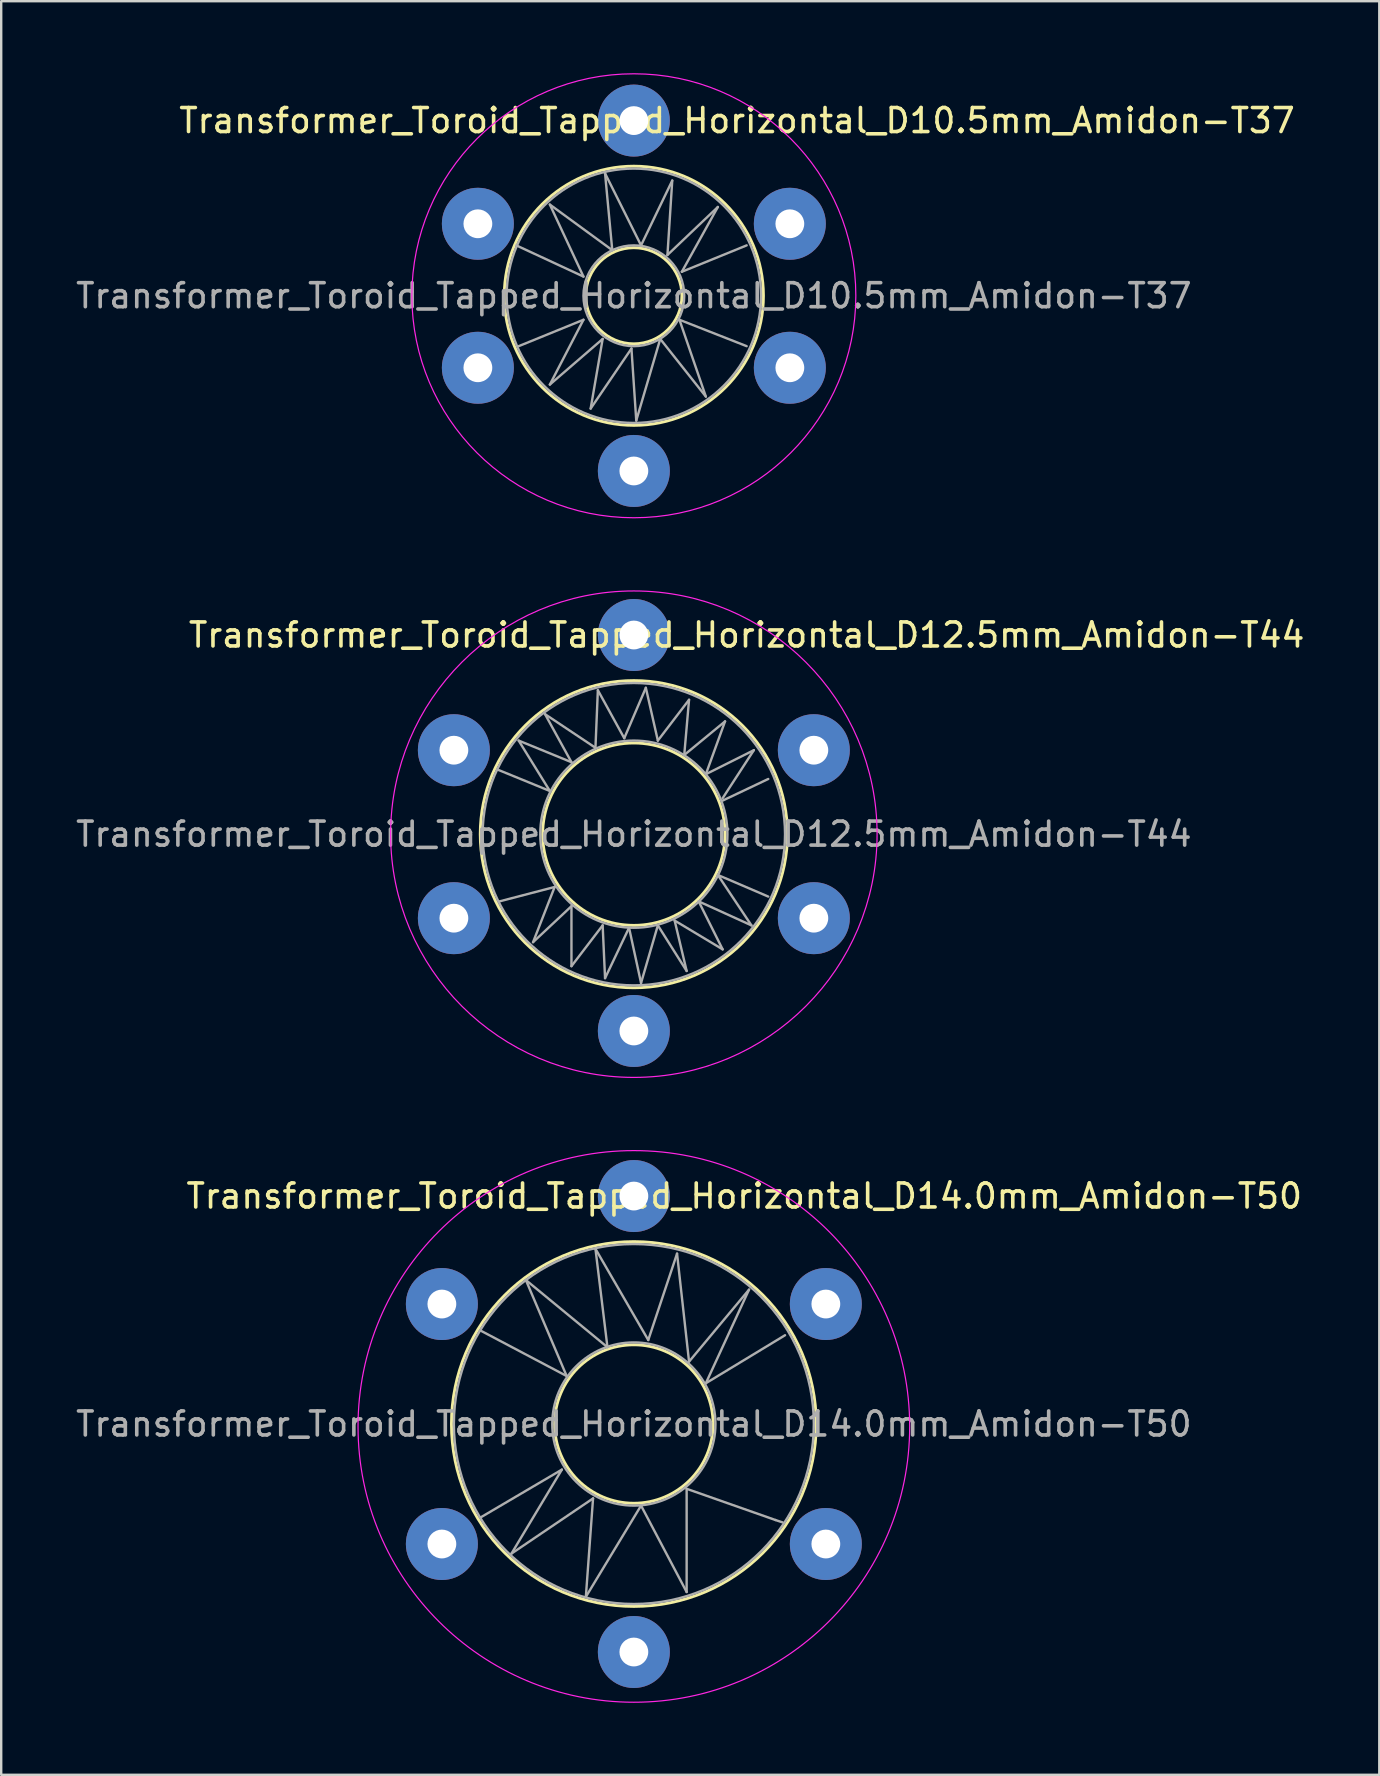
<source format=kicad_pcb>
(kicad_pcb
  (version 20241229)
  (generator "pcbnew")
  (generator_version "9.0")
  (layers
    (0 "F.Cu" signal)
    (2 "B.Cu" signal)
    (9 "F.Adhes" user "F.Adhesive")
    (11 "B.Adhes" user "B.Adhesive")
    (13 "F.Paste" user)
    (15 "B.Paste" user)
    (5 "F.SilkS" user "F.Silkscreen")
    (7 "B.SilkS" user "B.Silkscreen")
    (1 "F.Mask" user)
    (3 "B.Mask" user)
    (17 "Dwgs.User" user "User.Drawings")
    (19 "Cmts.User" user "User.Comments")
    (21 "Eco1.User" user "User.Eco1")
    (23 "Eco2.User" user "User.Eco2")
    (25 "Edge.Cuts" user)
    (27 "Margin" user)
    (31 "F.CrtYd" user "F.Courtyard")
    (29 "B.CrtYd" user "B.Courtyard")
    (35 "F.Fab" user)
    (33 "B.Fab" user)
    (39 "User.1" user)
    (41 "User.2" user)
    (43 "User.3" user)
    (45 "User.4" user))
  (footprint "Transformer_Toroid_Tapped_Horizontal_D10.5mm_Amidon-T37"
    (layer "F.Cu")
    (at 16.863 12.275)
    (property "Reference" "Transformer_Toroid_Tapped_Horizontal_D10.5mm_Amidon-T37" (at 10.8 -10.3 0) (layer "F.SilkS") (effects (font (size 1 1) (thickness 0.15))))
    (attr through_hole)
    (fp_circle (center 6.5 -3) (end 8.5 -3.1) (stroke (width 0.12) (type solid)) (fill no) (layer "F.SilkS"))
    (fp_circle (center 6.5 -3) (end 11.9 -3) (stroke (width 0.12) (type solid)) (fill no) (layer "F.SilkS"))
    (fp_circle (center 6.5 -3) (end 6.5 -12.25) (stroke (width 0.05) (type solid)) (fill no) (layer "F.CrtYd"))
    (fp_line (start 1.6 -5.1) (end 4.4 -3.8) (stroke (width 0.1) (type solid)) (layer "F.Fab"))
    (fp_line (start 1.7 -0.9) (end 4.4 -2) (stroke (width 0.1) (type solid)) (layer "F.Fab"))
    (fp_line (start 3 -6.8) (end 5.6 -4.9) (stroke (width 0.1) (type solid)) (layer "F.Fab"))
    (fp_line (start 3 0.7) (end 5.2 -1.2) (stroke (width 0.1) (type solid)) (layer "F.Fab"))
    (fp_line (start 4.4 -3.8) (end 3 -6.8) (stroke (width 0.1) (type solid)) (layer "F.Fab"))
    (fp_line (start 4.4 -2) (end 3 0.7) (stroke (width 0.1) (type solid)) (layer "F.Fab"))
    (fp_line (start 4.7 1.7) (end 6.4 -0.8) (stroke (width 0.1) (type solid)) (layer "F.Fab"))
    (fp_line (start 5.2 -1.2) (end 4.7 1.7) (stroke (width 0.1) (type solid)) (layer "F.Fab"))
    (fp_line (start 5.3 -8.1) (end 6.8 -5.1) (stroke (width 0.1) (type solid)) (layer "F.Fab"))
    (fp_line (start 5.6 -4.9) (end 5.3 -8.1) (stroke (width 0.1) (type solid)) (layer "F.Fab"))
    (fp_line (start 6.4 -0.8) (end 6.6 2.2) (stroke (width 0.1) (type solid)) (layer "F.Fab"))
    (fp_line (start 6.6 2.2) (end 7.6 -1.2) (stroke (width 0.1) (type solid)) (layer "F.Fab"))
    (fp_line (start 6.8 -5.1) (end 8.1 -7.8) (stroke (width 0.1) (type solid)) (layer "F.Fab"))
    (fp_line (start 7.6 -1.2) (end 9.5 1.2) (stroke (width 0.1) (type solid)) (layer "F.Fab"))
    (fp_line (start 7.9 -4.7) (end 10 -6.7) (stroke (width 0.1) (type solid)) (layer "F.Fab"))
    (fp_line (start 8.1 -7.8) (end 7.9 -4.7) (stroke (width 0.1) (type solid)) (layer "F.Fab"))
    (fp_line (start 8.4 -2) (end 11.2 -0.9) (stroke (width 0.1) (type solid)) (layer "F.Fab"))
    (fp_line (start 8.5 -4) (end 11.2 -5.1) (stroke (width 0.1) (type solid)) (layer "F.Fab"))
    (fp_line (start 9.5 1.2) (end 8.4 -2) (stroke (width 0.1) (type solid)) (layer "F.Fab"))
    (fp_line (start 10 -6.7) (end 8.5 -4) (stroke (width 0.1) (type solid)) (layer "F.Fab"))
    (fp_circle (center 6.5 -3) (end 8.6 -3) (stroke (width 0.1) (type solid)) (fill no) (layer "F.Fab"))
    (fp_circle (center 6.5 -3) (end 11.8 -3) (stroke (width 0.1) (type solid)) (fill no) (layer "F.Fab"))
    (fp_text user "${REFERENCE}" (at 6.5 -3 0) (layer "F.Fab") (effects (font (size 1 1) (thickness 0.15))))
    (pad "1" thru_hole circle (at 0 0) (size 3 3) (drill 1.2) (layers "*.Cu" "*.Mask"))
    (pad "2" thru_hole circle (at 6.5 4.3) (size 3 3) (drill 1.2) (layers "*.Cu" "*.Mask"))
    (pad "3" thru_hole circle (at 13 0) (size 3 3) (drill 1.2) (layers "*.Cu" "*.Mask"))
    (pad "4" thru_hole circle (at 0 -6) (size 3 3) (drill 1.2) (layers "*.Cu" "*.Mask"))
    (pad "5" thru_hole circle (at 6.5 -10.3) (size 3 3) (drill 1.2) (layers "*.Cu" "*.Mask"))
    (pad "6" thru_hole circle (at 13 -6) (size 3 3) (drill 1.2) (layers "*.Cu" "*.Mask")))
  (footprint "Transformer_Toroid_Tapped_Horizontal_D14.0mm_Amidon-T50"
    (layer "F.Cu")
    (at 15.363 61.29)
    (property "Reference" "Transformer_Toroid_Tapped_Horizontal_D14.0mm_Amidon-T50" (at 12.6 -14.5 0) (layer "F.SilkS") (effects (font (size 1 1) (thickness 0.15))))
    (attr through_hole)
    (fp_circle (center 8 -5) (end 11.3 -5.1) (stroke (width 0.12) (type solid)) (fill no) (layer "F.SilkS"))
    (fp_circle (center 8 -5) (end 15.6 -5.1) (stroke (width 0.12) (type solid)) (fill no) (layer "F.SilkS"))
    (fp_circle (center 8 -4.9) (end 18.3 0.2) (stroke (width 0.05) (type solid)) (fill no) (layer "F.CrtYd"))
    (fp_line (start 1.6 -8.9) (end 5.2 -7) (stroke (width 0.1) (type solid)) (layer "F.Fab"))
    (fp_line (start 1.6 -1.1) (end 5 -3.1) (stroke (width 0.1) (type solid)) (layer "F.Fab"))
    (fp_line (start 2.9 0.4) (end 6.3 -1.9) (stroke (width 0.1) (type solid)) (layer "F.Fab"))
    (fp_line (start 3.5 -11) (end 6.9 -8.2) (stroke (width 0.1) (type solid)) (layer "F.Fab"))
    (fp_line (start 5 -3.1) (end 2.9 0.4) (stroke (width 0.1) (type solid)) (layer "F.Fab"))
    (fp_line (start 5.2 -7) (end 3.5 -11) (stroke (width 0.1) (type solid)) (layer "F.Fab"))
    (fp_line (start 6 2.2) (end 8.3 -1.6) (stroke (width 0.1) (type solid)) (layer "F.Fab"))
    (fp_line (start 6.3 -1.9) (end 6 2.2) (stroke (width 0.1) (type solid)) (layer "F.Fab"))
    (fp_line (start 6.4 -12.3) (end 8.6 -8.5) (stroke (width 0.1) (type solid)) (layer "F.Fab"))
    (fp_line (start 6.9 -8.2) (end 6.4 -12.3) (stroke (width 0.1) (type solid)) (layer "F.Fab"))
    (fp_line (start 8.3 -1.6) (end 10.2 2) (stroke (width 0.1) (type solid)) (layer "F.Fab"))
    (fp_line (start 8.6 -8.5) (end 9.8 -12.1) (stroke (width 0.1) (type solid)) (layer "F.Fab"))
    (fp_line (start 9.8 -12.1) (end 10.3 -7.6) (stroke (width 0.1) (type solid)) (layer "F.Fab"))
    (fp_line (start 10.2 -2.3) (end 13.9 -1) (stroke (width 0.1) (type solid)) (layer "F.Fab"))
    (fp_line (start 10.2 2) (end 10.2 -2.3) (stroke (width 0.1) (type solid)) (layer "F.Fab"))
    (fp_line (start 10.3 -7.6) (end 12.8 -10.6) (stroke (width 0.1) (type solid)) (layer "F.Fab"))
    (fp_line (start 11 -6.7) (end 14.3 -8.7) (stroke (width 0.1) (type solid)) (layer "F.Fab"))
    (fp_line (start 12.8 -10.6) (end 11 -6.7) (stroke (width 0.1) (type solid)) (layer "F.Fab"))
    (fp_line (start 13.9 -1) (end 14.2 -0.9) (stroke (width 0.1) (type solid)) (layer "F.Fab"))
    (fp_circle (center 8 -5) (end 11.4 -5) (stroke (width 0.1) (type solid)) (fill no) (layer "F.Fab"))
    (fp_circle (center 8 -5) (end 15.5 -5) (stroke (width 0.1) (type solid)) (fill no) (layer "F.Fab"))
    (fp_text user "${REFERENCE}" (at 8 -5 0) (layer "F.Fab") (effects (font (size 1 1) (thickness 0.15))))
    (pad "1" thru_hole circle (at 0 0) (size 3 3) (drill 1.2) (layers "*.Cu" "*.Mask"))
    (pad "2" thru_hole circle (at 8 4.5) (size 3 3) (drill 1.2) (layers "*.Cu" "*.Mask"))
    (pad "3" thru_hole circle (at 16 0) (size 3 3) (drill 1.2) (layers "*.Cu" "*.Mask"))
    (pad "4" thru_hole circle (at 0 -10) (size 3 3) (drill 1.2) (layers "*.Cu" "*.Mask"))
    (pad "5" thru_hole circle (at 8 -14.5) (size 3 3) (drill 1.2) (layers "*.Cu" "*.Mask"))
    (pad "6" thru_hole circle (at 16 -10) (size 3 3) (drill 1.2) (layers "*.Cu" "*.Mask")))
  (footprint "Transformer_Toroid_Tapped_Horizontal_D12.5mm_Amidon-T44"
    (layer "F.Cu")
    (at 15.863 35.211)
    (property "Reference" "Transformer_Toroid_Tapped_Horizontal_D12.5mm_Amidon-T44" (at 12.2 -11.8 0) (layer "F.SilkS") (effects (font (size 1 1) (thickness 0.15))))
    (attr through_hole)
    (fp_circle (center 7.5 -3.5) (end 11.3 -3.5) (stroke (width 0.12) (type solid)) (fill no) (layer "F.SilkS"))
    (fp_circle (center 7.5 -3.5) (end 13.9 -3.4) (stroke (width 0.12) (type solid)) (fill no) (layer "F.SilkS"))
    (fp_circle (center 7.5 -3.5) (end 16.2 1.7) (stroke (width 0.05) (type solid)) (fill no) (layer "F.CrtYd"))
    (fp_line (start 1.8 -6.2) (end 4 -5.3) (stroke (width 0.1) (type solid)) (layer "F.Fab"))
    (fp_line (start 1.9 -0.7) (end 4.2 -1.3) (stroke (width 0.1) (type solid)) (layer "F.Fab"))
    (fp_line (start 2.7 -7.4) (end 4.9 -6.5) (stroke (width 0.1) (type solid)) (layer "F.Fab"))
    (fp_line (start 3.3 1) (end 4.9 -0.5) (stroke (width 0.1) (type solid)) (layer "F.Fab"))
    (fp_line (start 3.8 -8.5) (end 5.9 -7.1) (stroke (width 0.1) (type solid)) (layer "F.Fab"))
    (fp_line (start 4 -5.3) (end 2.7 -7.4) (stroke (width 0.1) (type solid)) (layer "F.Fab"))
    (fp_line (start 4.2 -1.3) (end 3.3 1) (stroke (width 0.1) (type solid)) (layer "F.Fab"))
    (fp_line (start 4.9 -6.5) (end 3.8 -8.5) (stroke (width 0.1) (type solid)) (layer "F.Fab"))
    (fp_line (start 4.9 -0.5) (end 4.9 2) (stroke (width 0.1) (type solid)) (layer "F.Fab"))
    (fp_line (start 4.9 2) (end 6.2 0.3) (stroke (width 0.1) (type solid)) (layer "F.Fab"))
    (fp_line (start 5.9 -7.1) (end 6 -9.5) (stroke (width 0.1) (type solid)) (layer "F.Fab"))
    (fp_line (start 6 -9.5) (end 7.1 -7.5) (stroke (width 0.1) (type solid)) (layer "F.Fab"))
    (fp_line (start 6.2 0.3) (end 6.3 2.5) (stroke (width 0.1) (type solid)) (layer "F.Fab"))
    (fp_line (start 6.3 2.5) (end 7.3 0.4) (stroke (width 0.1) (type solid)) (layer "F.Fab"))
    (fp_line (start 7.1 -7.5) (end 8 -9.6) (stroke (width 0.1) (type solid)) (layer "F.Fab"))
    (fp_line (start 7.3 0.4) (end 7.8 2.7) (stroke (width 0.1) (type solid)) (layer "F.Fab"))
    (fp_line (start 7.8 2.7) (end 8.5 0.3) (stroke (width 0.1) (type solid)) (layer "F.Fab"))
    (fp_line (start 8 -9.6) (end 8.5 -7.4) (stroke (width 0.1) (type solid)) (layer "F.Fab"))
    (fp_line (start 8.5 -7.4) (end 9.8 -9.1) (stroke (width 0.1) (type solid)) (layer "F.Fab"))
    (fp_line (start 8.5 0.3) (end 9.7 2.2) (stroke (width 0.1) (type solid)) (layer "F.Fab"))
    (fp_line (start 9.2 0.1) (end 11.2 1.3) (stroke (width 0.1) (type solid)) (layer "F.Fab"))
    (fp_line (start 9.6 -6.8) (end 11.3 -8.2) (stroke (width 0.1) (type solid)) (layer "F.Fab"))
    (fp_line (start 9.7 2.2) (end 9.2 0.1) (stroke (width 0.1) (type solid)) (layer "F.Fab"))
    (fp_line (start 9.8 -9.1) (end 9.6 -6.8) (stroke (width 0.1) (type solid)) (layer "F.Fab"))
    (fp_line (start 10.2 -0.7) (end 12.4 0.3) (stroke (width 0.1) (type solid)) (layer "F.Fab"))
    (fp_line (start 10.5 -6) (end 12.5 -7) (stroke (width 0.1) (type solid)) (layer "F.Fab"))
    (fp_line (start 11 -1.8) (end 13.1 -0.9) (stroke (width 0.1) (type solid)) (layer "F.Fab"))
    (fp_line (start 11.2 -4.9) (end 13.1 -5.8) (stroke (width 0.1) (type solid)) (layer "F.Fab"))
    (fp_line (start 11.2 1.3) (end 10.2 -0.7) (stroke (width 0.1) (type solid)) (layer "F.Fab"))
    (fp_line (start 11.3 -8.2) (end 10.5 -6) (stroke (width 0.1) (type solid)) (layer "F.Fab"))
    (fp_line (start 12.4 0.3) (end 11 -1.8) (stroke (width 0.1) (type solid)) (layer "F.Fab"))
    (fp_line (start 12.5 -7) (end 11.2 -5) (stroke (width 0.1) (type solid)) (layer "F.Fab"))
    (fp_circle (center 7.5 -3.5) (end 11.4 -3.5) (stroke (width 0.1) (type solid)) (fill no) (layer "F.Fab"))
    (fp_circle (center 7.5 -3.5) (end 13.8 -3.5) (stroke (width 0.1) (type solid)) (fill no) (layer "F.Fab"))
    (fp_text user "${REFERENCE}" (at 7.5 -3.5 0) (layer "F.Fab") (effects (font (size 1 1) (thickness 0.15))))
    (pad "1" thru_hole circle (at 0 0) (size 3 3) (drill 1.2) (layers "*.Cu" "*.Mask"))
    (pad "2" thru_hole circle (at 7.5 4.7) (size 3 3) (drill 1.2) (layers "*.Cu" "*.Mask"))
    (pad "3" thru_hole circle (at 15 0) (size 3 3) (drill 1.2) (layers "*.Cu" "*.Mask"))
    (pad "4" thru_hole circle (at 0 -7) (size 3 3) (drill 1.2) (layers "*.Cu" "*.Mask"))
    (pad "5" thru_hole circle (at 7.5 -11.8) (size 3 3) (drill 1.2) (layers "*.Cu" "*.Mask"))
    (pad "6" thru_hole circle (at 15 -7) (size 3 3) (drill 1.2) (layers "*.Cu" "*.Mask")))
  (gr_rect
    (start -3 -3)
    (end 54.426 70.908)
    (stroke (width 0.1) (type default))
    (fill no)
    (layer "Edge.Cuts")))
</source>
